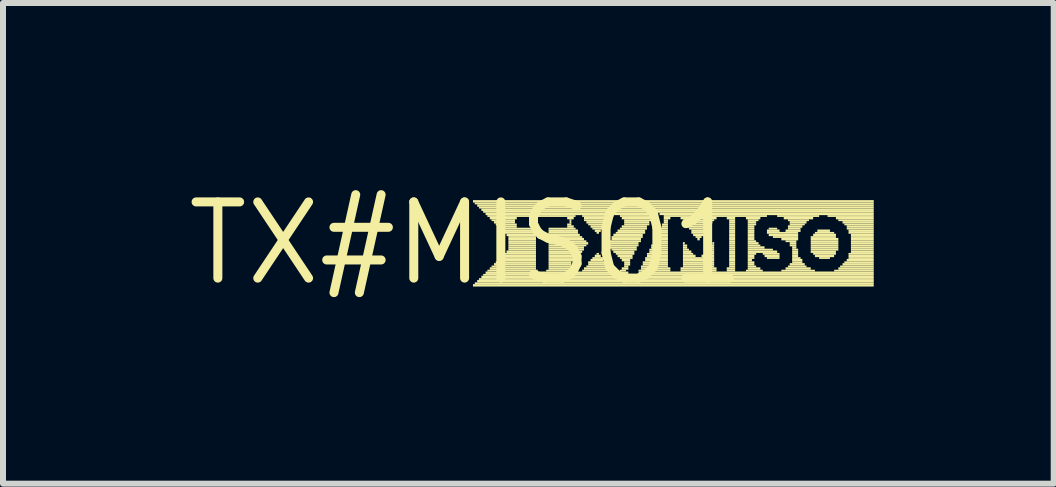
<source format=kicad_pcb>
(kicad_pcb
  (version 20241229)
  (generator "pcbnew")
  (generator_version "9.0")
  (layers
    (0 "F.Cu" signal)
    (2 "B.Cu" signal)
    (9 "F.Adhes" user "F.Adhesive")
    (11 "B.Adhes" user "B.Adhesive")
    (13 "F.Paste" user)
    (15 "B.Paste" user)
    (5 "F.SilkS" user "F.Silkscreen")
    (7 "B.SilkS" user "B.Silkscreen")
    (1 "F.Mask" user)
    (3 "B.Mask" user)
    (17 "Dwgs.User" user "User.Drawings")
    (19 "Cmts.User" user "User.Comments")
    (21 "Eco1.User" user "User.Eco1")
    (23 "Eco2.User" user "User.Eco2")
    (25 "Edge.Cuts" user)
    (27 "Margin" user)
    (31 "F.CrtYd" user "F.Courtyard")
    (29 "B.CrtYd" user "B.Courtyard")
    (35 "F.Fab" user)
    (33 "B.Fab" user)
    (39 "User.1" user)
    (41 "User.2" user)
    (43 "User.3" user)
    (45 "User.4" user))
  (footprint "TX#MISO1"
    (layer "F.Cu")
    (at 4.724 1.006)
    (property "Reference" "TX#MISO1" (at 0 0 0) (layer "F.SilkS") (effects (font (size 1.27 1.27) (thickness 0.15))))
    (fp_poly (pts (xy 0.11 -0.68) (xy 6.79 -0.68) (xy 6.79 -0.72) (xy 0.11 -0.72)) (stroke (width 0) (type solid)) (fill yes) (layer "F.SilkS"))
    (fp_poly (pts (xy 0.11 0.72) (xy 6.79 0.72) (xy 6.79 0.68) (xy 0.11 0.68)) (stroke (width 0) (type solid)) (fill yes) (layer "F.SilkS"))
    (fp_poly (pts (xy 0.14 -0.65) (xy 6.79 -0.65) (xy 6.79 -0.68) (xy 0.14 -0.68)) (stroke (width 0) (type solid)) (fill yes) (layer "F.SilkS"))
    (fp_poly (pts (xy 0.14 0.68) (xy 6.79 0.68) (xy 6.79 0.65) (xy 0.14 0.65)) (stroke (width 0) (type solid)) (fill yes) (layer "F.SilkS"))
    (fp_poly (pts (xy 0.18 -0.61) (xy 6.79 -0.61) (xy 6.79 -0.65) (xy 0.18 -0.65)) (stroke (width 0) (type solid)) (fill yes) (layer "F.SilkS"))
    (fp_poly (pts (xy 0.18 0.65) (xy 6.79 0.65) (xy 6.79 0.61) (xy 0.18 0.61)) (stroke (width 0) (type solid)) (fill yes) (layer "F.SilkS"))
    (fp_poly (pts (xy 0.21 -0.58) (xy 6.79 -0.58) (xy 6.79 -0.61) (xy 0.21 -0.61)) (stroke (width 0) (type solid)) (fill yes) (layer "F.SilkS"))
    (fp_poly (pts (xy 0.21 0.61) (xy 6.79 0.61) (xy 6.79 0.58) (xy 0.21 0.58)) (stroke (width 0) (type solid)) (fill yes) (layer "F.SilkS"))
    (fp_poly (pts (xy 0.25 -0.54) (xy 6.79 -0.54) (xy 6.79 -0.58) (xy 0.25 -0.58)) (stroke (width 0) (type solid)) (fill yes) (layer "F.SilkS"))
    (fp_poly (pts (xy 0.25 0.58) (xy 6.79 0.58) (xy 6.79 0.54) (xy 0.25 0.54)) (stroke (width 0) (type solid)) (fill yes) (layer "F.SilkS"))
    (fp_poly (pts (xy 0.28 -0.51) (xy 6.79 -0.51) (xy 6.79 -0.54) (xy 0.28 -0.54)) (stroke (width 0) (type solid)) (fill yes) (layer "F.SilkS"))
    (fp_poly (pts (xy 0.28 0.54) (xy 2.77 0.54) (xy 2.77 0.51) (xy 0.28 0.51)) (stroke (width 0) (type solid)) (fill yes) (layer "F.SilkS"))
    (fp_poly (pts (xy 0.32 -0.47) (xy 3.12 -0.47) (xy 3.12 -0.51) (xy 0.32 -0.51)) (stroke (width 0) (type solid)) (fill yes) (layer "F.SilkS"))
    (fp_poly (pts (xy 0.32 0.51) (xy 2.7 0.51) (xy 2.7 0.47) (xy 0.32 0.47)) (stroke (width 0) (type solid)) (fill yes) (layer "F.SilkS"))
    (fp_poly (pts (xy 0.35 -0.44) (xy 1.82 -0.44) (xy 1.82 -0.47) (xy 0.35 -0.47)) (stroke (width 0) (type solid)) (fill yes) (layer "F.SilkS"))
    (fp_poly (pts (xy 0.35 0.47) (xy 1.19 0.47) (xy 1.19 0.44) (xy 0.35 0.44)) (stroke (width 0) (type solid)) (fill yes) (layer "F.SilkS"))
    (fp_poly (pts (xy 0.39 -0.4) (xy 0.84 -0.4) (xy 0.84 -0.44) (xy 0.39 -0.44)) (stroke (width 0) (type solid)) (fill yes) (layer "F.SilkS"))
    (fp_poly (pts (xy 0.39 0.44) (xy 1.16 0.44) (xy 1.16 0.4) (xy 0.39 0.4)) (stroke (width 0) (type solid)) (fill yes) (layer "F.SilkS"))
    (fp_poly (pts (xy 0.42 -0.37) (xy 0.81 -0.37) (xy 0.81 -0.4) (xy 0.42 -0.4)) (stroke (width 0) (type solid)) (fill yes) (layer "F.SilkS"))
    (fp_poly (pts (xy 0.42 0.4) (xy 1.16 0.4) (xy 1.16 0.37) (xy 0.42 0.37)) (stroke (width 0) (type solid)) (fill yes) (layer "F.SilkS"))
    (fp_poly (pts (xy 0.46 -0.33) (xy 0.81 -0.33) (xy 0.81 -0.37) (xy 0.46 -0.37)) (stroke (width 0) (type solid)) (fill yes) (layer "F.SilkS"))
    (fp_poly (pts (xy 0.46 0.37) (xy 1.16 0.37) (xy 1.16 0.33) (xy 0.46 0.33)) (stroke (width 0) (type solid)) (fill yes) (layer "F.SilkS"))
    (fp_poly (pts (xy 0.49 -0.3) (xy 0.84 -0.3) (xy 0.84 -0.33) (xy 0.49 -0.33)) (stroke (width 0) (type solid)) (fill yes) (layer "F.SilkS"))
    (fp_poly (pts (xy 0.49 0.33) (xy 1.16 0.33) (xy 1.16 0.3) (xy 0.49 0.3)) (stroke (width 0) (type solid)) (fill yes) (layer "F.SilkS"))
    (fp_poly (pts (xy 0.53 -0.26) (xy 0.84 -0.26) (xy 0.84 -0.3) (xy 0.53 -0.3)) (stroke (width 0) (type solid)) (fill yes) (layer "F.SilkS"))
    (fp_poly (pts (xy 0.53 0.3) (xy 1.16 0.3) (xy 1.16 0.26) (xy 0.53 0.26)) (stroke (width 0) (type solid)) (fill yes) (layer "F.SilkS"))
    (fp_poly (pts (xy 0.56 -0.23) (xy 1.16 -0.23) (xy 1.16 -0.26) (xy 0.56 -0.26)) (stroke (width 0) (type solid)) (fill yes) (layer "F.SilkS"))
    (fp_poly (pts (xy 0.56 0.26) (xy 1.16 0.26) (xy 1.16 0.23) (xy 0.56 0.23)) (stroke (width 0) (type solid)) (fill yes) (layer "F.SilkS"))
    (fp_poly (pts (xy 0.6 -0.19) (xy 1.16 -0.19) (xy 1.16 -0.23) (xy 0.6 -0.23)) (stroke (width 0) (type solid)) (fill yes) (layer "F.SilkS"))
    (fp_poly (pts (xy 0.6 0.23) (xy 1.16 0.23) (xy 1.16 0.19) (xy 0.6 0.19)) (stroke (width 0) (type solid)) (fill yes) (layer "F.SilkS"))
    (fp_poly (pts (xy 0.63 -0.16) (xy 1.16 -0.16) (xy 1.16 -0.19) (xy 0.63 -0.19)) (stroke (width 0) (type solid)) (fill yes) (layer "F.SilkS"))
    (fp_poly (pts (xy 0.63 0.19) (xy 1.16 0.19) (xy 1.16 0.16) (xy 0.63 0.16)) (stroke (width 0) (type solid)) (fill yes) (layer "F.SilkS"))
    (fp_poly (pts (xy 0.67 -0.12) (xy 1.16 -0.12) (xy 1.16 -0.16) (xy 0.67 -0.16)) (stroke (width 0) (type solid)) (fill yes) (layer "F.SilkS"))
    (fp_poly (pts (xy 0.67 0.16) (xy 1.16 0.16) (xy 1.16 0.12) (xy 0.67 0.12)) (stroke (width 0) (type solid)) (fill yes) (layer "F.SilkS"))
    (fp_poly (pts (xy 0.7 -0.09) (xy 1.16 -0.09) (xy 1.16 -0.12) (xy 0.7 -0.12)) (stroke (width 0) (type solid)) (fill yes) (layer "F.SilkS"))
    (fp_poly (pts (xy 0.7 -0.05) (xy 1.16 -0.05) (xy 1.16 -0.09) (xy 0.7 -0.09)) (stroke (width 0) (type solid)) (fill yes) (layer "F.SilkS"))
    (fp_poly (pts (xy 0.7 -0.02) (xy 1.16 -0.02) (xy 1.16 -0.05) (xy 0.7 -0.05)) (stroke (width 0) (type solid)) (fill yes) (layer "F.SilkS"))
    (fp_poly (pts (xy 0.7 0.02) (xy 1.16 0.02) (xy 1.16 -0.02) (xy 0.7 -0.02)) (stroke (width 0) (type solid)) (fill yes) (layer "F.SilkS"))
    (fp_poly (pts (xy 0.7 0.05) (xy 1.16 0.05) (xy 1.16 0.02) (xy 0.7 0.02)) (stroke (width 0) (type solid)) (fill yes) (layer "F.SilkS"))
    (fp_poly (pts (xy 0.7 0.09) (xy 1.16 0.09) (xy 1.16 0.05) (xy 0.7 0.05)) (stroke (width 0) (type solid)) (fill yes) (layer "F.SilkS"))
    (fp_poly (pts (xy 0.7 0.12) (xy 1.16 0.12) (xy 1.16 0.09) (xy 0.7 0.09)) (stroke (width 0) (type solid)) (fill yes) (layer "F.SilkS"))
    (fp_poly (pts (xy 1.33 0.47) (xy 1.82 0.47) (xy 1.82 0.44) (xy 1.33 0.44)) (stroke (width 0) (type solid)) (fill yes) (layer "F.SilkS"))
    (fp_poly (pts (xy 1.37 -0.23) (xy 1.82 -0.23) (xy 1.82 -0.26) (xy 1.37 -0.26)) (stroke (width 0) (type solid)) (fill yes) (layer "F.SilkS"))
    (fp_poly (pts (xy 1.37 -0.19) (xy 1.86 -0.19) (xy 1.86 -0.23) (xy 1.37 -0.23)) (stroke (width 0) (type solid)) (fill yes) (layer "F.SilkS"))
    (fp_poly (pts (xy 1.37 -0.16) (xy 1.86 -0.16) (xy 1.86 -0.19) (xy 1.37 -0.19)) (stroke (width 0) (type solid)) (fill yes) (layer "F.SilkS"))
    (fp_poly (pts (xy 1.37 -0.12) (xy 1.89 -0.12) (xy 1.89 -0.16) (xy 1.37 -0.16)) (stroke (width 0) (type solid)) (fill yes) (layer "F.SilkS"))
    (fp_poly (pts (xy 1.37 -0.09) (xy 1.93 -0.09) (xy 1.93 -0.12) (xy 1.37 -0.12)) (stroke (width 0) (type solid)) (fill yes) (layer "F.SilkS"))
    (fp_poly (pts (xy 1.37 -0.05) (xy 1.96 -0.05) (xy 1.96 -0.09) (xy 1.37 -0.09)) (stroke (width 0) (type solid)) (fill yes) (layer "F.SilkS"))
    (fp_poly (pts (xy 1.37 -0.02) (xy 2 -0.02) (xy 2 -0.05) (xy 1.37 -0.05)) (stroke (width 0) (type solid)) (fill yes) (layer "F.SilkS"))
    (fp_poly (pts (xy 1.37 0.02) (xy 2.03 0.02) (xy 2.03 -0.02) (xy 1.37 -0.02)) (stroke (width 0) (type solid)) (fill yes) (layer "F.SilkS"))
    (fp_poly (pts (xy 1.37 0.05) (xy 2 0.05) (xy 2 0.02) (xy 1.37 0.02)) (stroke (width 0) (type solid)) (fill yes) (layer "F.SilkS"))
    (fp_poly (pts (xy 1.37 0.09) (xy 1.96 0.09) (xy 1.96 0.05) (xy 1.37 0.05)) (stroke (width 0) (type solid)) (fill yes) (layer "F.SilkS"))
    (fp_poly (pts (xy 1.37 0.12) (xy 1.96 0.12) (xy 1.96 0.09) (xy 1.37 0.09)) (stroke (width 0) (type solid)) (fill yes) (layer "F.SilkS"))
    (fp_poly (pts (xy 1.37 0.16) (xy 1.93 0.16) (xy 1.93 0.12) (xy 1.37 0.12)) (stroke (width 0) (type solid)) (fill yes) (layer "F.SilkS"))
    (fp_poly (pts (xy 1.37 0.19) (xy 1.89 0.19) (xy 1.89 0.16) (xy 1.37 0.16)) (stroke (width 0) (type solid)) (fill yes) (layer "F.SilkS"))
    (fp_poly (pts (xy 1.37 0.23) (xy 1.86 0.23) (xy 1.86 0.19) (xy 1.37 0.19)) (stroke (width 0) (type solid)) (fill yes) (layer "F.SilkS"))
    (fp_poly (pts (xy 1.37 0.26) (xy 1.82 0.26) (xy 1.82 0.23) (xy 1.37 0.23)) (stroke (width 0) (type solid)) (fill yes) (layer "F.SilkS"))
    (fp_poly (pts (xy 1.37 0.3) (xy 1.79 0.3) (xy 1.79 0.26) (xy 1.37 0.26)) (stroke (width 0) (type solid)) (fill yes) (layer "F.SilkS"))
    (fp_poly (pts (xy 1.37 0.33) (xy 1.75 0.33) (xy 1.75 0.3) (xy 1.37 0.3)) (stroke (width 0) (type solid)) (fill yes) (layer "F.SilkS"))
    (fp_poly (pts (xy 1.37 0.37) (xy 1.75 0.37) (xy 1.75 0.33) (xy 1.37 0.33)) (stroke (width 0) (type solid)) (fill yes) (layer "F.SilkS"))
    (fp_poly (pts (xy 1.37 0.4) (xy 1.75 0.4) (xy 1.75 0.37) (xy 1.37 0.37)) (stroke (width 0) (type solid)) (fill yes) (layer "F.SilkS"))
    (fp_poly (pts (xy 1.37 0.44) (xy 1.75 0.44) (xy 1.75 0.4) (xy 1.37 0.4)) (stroke (width 0) (type solid)) (fill yes) (layer "F.SilkS"))
    (fp_poly (pts (xy 1.68 -0.4) (xy 1.79 -0.4) (xy 1.79 -0.44) (xy 1.68 -0.44)) (stroke (width 0) (type solid)) (fill yes) (layer "F.SilkS"))
    (fp_poly (pts (xy 1.68 -0.3) (xy 1.75 -0.3) (xy 1.75 -0.33) (xy 1.68 -0.33)) (stroke (width 0) (type solid)) (fill yes) (layer "F.SilkS"))
    (fp_poly (pts (xy 1.68 -0.26) (xy 1.79 -0.26) (xy 1.79 -0.3) (xy 1.68 -0.3)) (stroke (width 0) (type solid)) (fill yes) (layer "F.SilkS"))
    (fp_poly (pts (xy 1.72 -0.37) (xy 1.75 -0.37) (xy 1.75 -0.4) (xy 1.72 -0.4)) (stroke (width 0) (type solid)) (fill yes) (layer "F.SilkS"))
    (fp_poly (pts (xy 1.72 -0.33) (xy 1.75 -0.33) (xy 1.75 -0.37) (xy 1.72 -0.37)) (stroke (width 0) (type solid)) (fill yes) (layer "F.SilkS"))
    (fp_poly (pts (xy 1.93 -0.44) (xy 2.45 -0.44) (xy 2.45 -0.47) (xy 1.93 -0.47)) (stroke (width 0) (type solid)) (fill yes) (layer "F.SilkS"))
    (fp_poly (pts (xy 1.93 0.47) (xy 2.45 0.47) (xy 2.45 0.44) (xy 1.93 0.44)) (stroke (width 0) (type solid)) (fill yes) (layer "F.SilkS"))
    (fp_poly (pts (xy 1.96 -0.4) (xy 2.42 -0.4) (xy 2.42 -0.44) (xy 1.96 -0.44)) (stroke (width 0) (type solid)) (fill yes) (layer "F.SilkS"))
    (fp_poly (pts (xy 1.96 -0.37) (xy 2.38 -0.37) (xy 2.38 -0.4) (xy 1.96 -0.4)) (stroke (width 0) (type solid)) (fill yes) (layer "F.SilkS"))
    (fp_poly (pts (xy 1.96 0.44) (xy 2.42 0.44) (xy 2.42 0.4) (xy 1.96 0.4)) (stroke (width 0) (type solid)) (fill yes) (layer "F.SilkS"))
    (fp_poly (pts (xy 2 -0.33) (xy 2.35 -0.33) (xy 2.35 -0.37) (xy 2 -0.37)) (stroke (width 0) (type solid)) (fill yes) (layer "F.SilkS"))
    (fp_poly (pts (xy 2 0.4) (xy 2.38 0.4) (xy 2.38 0.37) (xy 2 0.37)) (stroke (width 0) (type solid)) (fill yes) (layer "F.SilkS"))
    (fp_poly (pts (xy 2.03 -0.3) (xy 2.35 -0.3) (xy 2.35 -0.33) (xy 2.03 -0.33)) (stroke (width 0) (type solid)) (fill yes) (layer "F.SilkS"))
    (fp_poly (pts (xy 2.03 0.33) (xy 2.31 0.33) (xy 2.31 0.3) (xy 2.03 0.3)) (stroke (width 0) (type solid)) (fill yes) (layer "F.SilkS"))
    (fp_poly (pts (xy 2.03 0.37) (xy 2.35 0.37) (xy 2.35 0.33) (xy 2.03 0.33)) (stroke (width 0) (type solid)) (fill yes) (layer "F.SilkS"))
    (fp_poly (pts (xy 2.07 -0.26) (xy 2.31 -0.26) (xy 2.31 -0.3) (xy 2.07 -0.3)) (stroke (width 0) (type solid)) (fill yes) (layer "F.SilkS"))
    (fp_poly (pts (xy 2.07 0.3) (xy 2.28 0.3) (xy 2.28 0.26) (xy 2.07 0.26)) (stroke (width 0) (type solid)) (fill yes) (layer "F.SilkS"))
    (fp_poly (pts (xy 2.1 -0.23) (xy 2.28 -0.23) (xy 2.28 -0.26) (xy 2.1 -0.26)) (stroke (width 0) (type solid)) (fill yes) (layer "F.SilkS"))
    (fp_poly (pts (xy 2.1 0.26) (xy 2.28 0.26) (xy 2.28 0.23) (xy 2.1 0.23)) (stroke (width 0) (type solid)) (fill yes) (layer "F.SilkS"))
    (fp_poly (pts (xy 2.14 -0.19) (xy 2.24 -0.19) (xy 2.24 -0.23) (xy 2.14 -0.23)) (stroke (width 0) (type solid)) (fill yes) (layer "F.SilkS"))
    (fp_poly (pts (xy 2.14 0.23) (xy 2.24 0.23) (xy 2.24 0.19) (xy 2.14 0.19)) (stroke (width 0) (type solid)) (fill yes) (layer "F.SilkS"))
    (fp_poly (pts (xy 2.17 -0.16) (xy 2.21 -0.16) (xy 2.21 -0.19) (xy 2.17 -0.19)) (stroke (width 0) (type solid)) (fill yes) (layer "F.SilkS"))
    (fp_poly (pts (xy 2.17 0.19) (xy 2.21 0.19) (xy 2.21 0.16) (xy 2.17 0.16)) (stroke (width 0) (type solid)) (fill yes) (layer "F.SilkS"))
    (fp_poly (pts (xy 2.35 0.02) (xy 2.87 0.02) (xy 2.87 -0.02) (xy 2.35 -0.02)) (stroke (width 0) (type solid)) (fill yes) (layer "F.SilkS"))
    (fp_poly (pts (xy 2.35 0.05) (xy 2.87 0.05) (xy 2.87 0.02) (xy 2.35 0.02)) (stroke (width 0) (type solid)) (fill yes) (layer "F.SilkS"))
    (fp_poly (pts (xy 2.38 -0.02) (xy 2.91 -0.02) (xy 2.91 -0.05) (xy 2.38 -0.05)) (stroke (width 0) (type solid)) (fill yes) (layer "F.SilkS"))
    (fp_poly (pts (xy 2.38 0.09) (xy 2.84 0.09) (xy 2.84 0.05) (xy 2.38 0.05)) (stroke (width 0) (type solid)) (fill yes) (layer "F.SilkS"))
    (fp_poly (pts (xy 2.42 -0.09) (xy 2.94 -0.09) (xy 2.94 -0.12) (xy 2.42 -0.12)) (stroke (width 0) (type solid)) (fill yes) (layer "F.SilkS"))
    (fp_poly (pts (xy 2.42 -0.05) (xy 2.91 -0.05) (xy 2.91 -0.09) (xy 2.42 -0.09)) (stroke (width 0) (type solid)) (fill yes) (layer "F.SilkS"))
    (fp_poly (pts (xy 2.42 0.12) (xy 2.84 0.12) (xy 2.84 0.09) (xy 2.42 0.09)) (stroke (width 0) (type solid)) (fill yes) (layer "F.SilkS"))
    (fp_poly (pts (xy 2.45 -0.12) (xy 2.94 -0.12) (xy 2.94 -0.16) (xy 2.45 -0.16)) (stroke (width 0) (type solid)) (fill yes) (layer "F.SilkS"))
    (fp_poly (pts (xy 2.45 0.16) (xy 2.8 0.16) (xy 2.8 0.12) (xy 2.45 0.12)) (stroke (width 0) (type solid)) (fill yes) (layer "F.SilkS"))
    (fp_poly (pts (xy 2.49 -0.16) (xy 2.98 -0.16) (xy 2.98 -0.19) (xy 2.49 -0.19)) (stroke (width 0) (type solid)) (fill yes) (layer "F.SilkS"))
    (fp_poly (pts (xy 2.49 0.19) (xy 2.8 0.19) (xy 2.8 0.16) (xy 2.49 0.16)) (stroke (width 0) (type solid)) (fill yes) (layer "F.SilkS"))
    (fp_poly (pts (xy 2.52 -0.19) (xy 2.98 -0.19) (xy 2.98 -0.23) (xy 2.52 -0.23)) (stroke (width 0) (type solid)) (fill yes) (layer "F.SilkS"))
    (fp_poly (pts (xy 2.52 0.23) (xy 2.77 0.23) (xy 2.77 0.19) (xy 2.52 0.19)) (stroke (width 0) (type solid)) (fill yes) (layer "F.SilkS"))
    (fp_poly (pts (xy 2.56 -0.44) (xy 3.12 -0.44) (xy 3.12 -0.47) (xy 2.56 -0.47)) (stroke (width 0) (type solid)) (fill yes) (layer "F.SilkS"))
    (fp_poly (pts (xy 2.56 -0.23) (xy 3.01 -0.23) (xy 3.01 -0.26) (xy 2.56 -0.26)) (stroke (width 0) (type solid)) (fill yes) (layer "F.SilkS"))
    (fp_poly (pts (xy 2.56 0.26) (xy 2.77 0.26) (xy 2.77 0.23) (xy 2.56 0.23)) (stroke (width 0) (type solid)) (fill yes) (layer "F.SilkS"))
    (fp_poly (pts (xy 2.56 0.47) (xy 2.66 0.47) (xy 2.66 0.44) (xy 2.56 0.44)) (stroke (width 0) (type solid)) (fill yes) (layer "F.SilkS"))
    (fp_poly (pts (xy 2.59 -0.4) (xy 3.08 -0.4) (xy 3.08 -0.44) (xy 2.59 -0.44)) (stroke (width 0) (type solid)) (fill yes) (layer "F.SilkS"))
    (fp_poly (pts (xy 2.59 -0.26) (xy 3.01 -0.26) (xy 3.01 -0.3) (xy 2.59 -0.3)) (stroke (width 0) (type solid)) (fill yes) (layer "F.SilkS"))
    (fp_poly (pts (xy 2.59 0.3) (xy 2.73 0.3) (xy 2.73 0.26) (xy 2.59 0.26)) (stroke (width 0) (type solid)) (fill yes) (layer "F.SilkS"))
    (fp_poly (pts (xy 2.59 0.44) (xy 2.7 0.44) (xy 2.7 0.4) (xy 2.59 0.4)) (stroke (width 0) (type solid)) (fill yes) (layer "F.SilkS"))
    (fp_poly (pts (xy 2.63 -0.37) (xy 3.08 -0.37) (xy 3.08 -0.4) (xy 2.63 -0.4)) (stroke (width 0) (type solid)) (fill yes) (layer "F.SilkS"))
    (fp_poly (pts (xy 2.63 -0.33) (xy 3.05 -0.33) (xy 3.05 -0.37) (xy 2.63 -0.37)) (stroke (width 0) (type solid)) (fill yes) (layer "F.SilkS"))
    (fp_poly (pts (xy 2.63 -0.3) (xy 3.05 -0.3) (xy 3.05 -0.33) (xy 2.63 -0.33)) (stroke (width 0) (type solid)) (fill yes) (layer "F.SilkS"))
    (fp_poly (pts (xy 2.63 0.33) (xy 2.73 0.33) (xy 2.73 0.3) (xy 2.63 0.3)) (stroke (width 0) (type solid)) (fill yes) (layer "F.SilkS"))
    (fp_poly (pts (xy 2.63 0.37) (xy 2.73 0.37) (xy 2.73 0.33) (xy 2.63 0.33)) (stroke (width 0) (type solid)) (fill yes) (layer "F.SilkS"))
    (fp_poly (pts (xy 2.63 0.4) (xy 2.7 0.4) (xy 2.7 0.37) (xy 2.63 0.37)) (stroke (width 0) (type solid)) (fill yes) (layer "F.SilkS"))
    (fp_poly (pts (xy 2.84 0.54) (xy 6.79 0.54) (xy 6.79 0.51) (xy 2.84 0.51)) (stroke (width 0) (type solid)) (fill yes) (layer "F.SilkS"))
    (fp_poly (pts (xy 2.87 0.47) (xy 3.4 0.47) (xy 3.4 0.44) (xy 2.87 0.44)) (stroke (width 0) (type solid)) (fill yes) (layer "F.SilkS"))
    (fp_poly (pts (xy 2.87 0.51) (xy 6.79 0.51) (xy 6.79 0.47) (xy 2.87 0.47)) (stroke (width 0) (type solid)) (fill yes) (layer "F.SilkS"))
    (fp_poly (pts (xy 2.91 0.4) (xy 3.36 0.4) (xy 3.36 0.37) (xy 2.91 0.37)) (stroke (width 0) (type solid)) (fill yes) (layer "F.SilkS"))
    (fp_poly (pts (xy 2.91 0.44) (xy 3.4 0.44) (xy 3.4 0.4) (xy 2.91 0.4)) (stroke (width 0) (type solid)) (fill yes) (layer "F.SilkS"))
    (fp_poly (pts (xy 2.94 0.33) (xy 3.36 0.33) (xy 3.36 0.3) (xy 2.94 0.3)) (stroke (width 0) (type solid)) (fill yes) (layer "F.SilkS"))
    (fp_poly (pts (xy 2.94 0.37) (xy 3.36 0.37) (xy 3.36 0.33) (xy 2.94 0.33)) (stroke (width 0) (type solid)) (fill yes) (layer "F.SilkS"))
    (fp_poly (pts (xy 2.98 0.26) (xy 3.36 0.26) (xy 3.36 0.23) (xy 2.98 0.23)) (stroke (width 0) (type solid)) (fill yes) (layer "F.SilkS"))
    (fp_poly (pts (xy 2.98 0.3) (xy 3.36 0.3) (xy 3.36 0.26) (xy 2.98 0.26)) (stroke (width 0) (type solid)) (fill yes) (layer "F.SilkS"))
    (fp_poly (pts (xy 3.01 0.19) (xy 3.36 0.19) (xy 3.36 0.16) (xy 3.01 0.16)) (stroke (width 0) (type solid)) (fill yes) (layer "F.SilkS"))
    (fp_poly (pts (xy 3.01 0.23) (xy 3.36 0.23) (xy 3.36 0.19) (xy 3.01 0.19)) (stroke (width 0) (type solid)) (fill yes) (layer "F.SilkS"))
    (fp_poly (pts (xy 3.05 0.12) (xy 3.36 0.12) (xy 3.36 0.09) (xy 3.05 0.09)) (stroke (width 0) (type solid)) (fill yes) (layer "F.SilkS"))
    (fp_poly (pts (xy 3.05 0.16) (xy 3.36 0.16) (xy 3.36 0.12) (xy 3.05 0.12)) (stroke (width 0) (type solid)) (fill yes) (layer "F.SilkS"))
    (fp_poly (pts (xy 3.08 0.05) (xy 3.36 0.05) (xy 3.36 0.02) (xy 3.08 0.02)) (stroke (width 0) (type solid)) (fill yes) (layer "F.SilkS"))
    (fp_poly (pts (xy 3.08 0.09) (xy 3.36 0.09) (xy 3.36 0.05) (xy 3.08 0.05)) (stroke (width 0) (type solid)) (fill yes) (layer "F.SilkS"))
    (fp_poly (pts (xy 3.12 -0.02) (xy 3.36 -0.02) (xy 3.36 -0.05) (xy 3.12 -0.05)) (stroke (width 0) (type solid)) (fill yes) (layer "F.SilkS"))
    (fp_poly (pts (xy 3.12 0.02) (xy 3.36 0.02) (xy 3.36 -0.02) (xy 3.12 -0.02)) (stroke (width 0) (type solid)) (fill yes) (layer "F.SilkS"))
    (fp_poly (pts (xy 3.15 -0.09) (xy 3.36 -0.09) (xy 3.36 -0.12) (xy 3.15 -0.12)) (stroke (width 0) (type solid)) (fill yes) (layer "F.SilkS"))
    (fp_poly (pts (xy 3.15 -0.05) (xy 3.36 -0.05) (xy 3.36 -0.09) (xy 3.15 -0.09)) (stroke (width 0) (type solid)) (fill yes) (layer "F.SilkS"))
    (fp_poly (pts (xy 3.19 -0.16) (xy 3.36 -0.16) (xy 3.36 -0.19) (xy 3.19 -0.19)) (stroke (width 0) (type solid)) (fill yes) (layer "F.SilkS"))
    (fp_poly (pts (xy 3.19 -0.12) (xy 3.36 -0.12) (xy 3.36 -0.16) (xy 3.19 -0.16)) (stroke (width 0) (type solid)) (fill yes) (layer "F.SilkS"))
    (fp_poly (pts (xy 3.22 -0.47) (xy 6.79 -0.47) (xy 6.79 -0.51) (xy 3.22 -0.51)) (stroke (width 0) (type solid)) (fill yes) (layer "F.SilkS"))
    (fp_poly (pts (xy 3.22 -0.23) (xy 3.36 -0.23) (xy 3.36 -0.26) (xy 3.22 -0.26)) (stroke (width 0) (type solid)) (fill yes) (layer "F.SilkS"))
    (fp_poly (pts (xy 3.22 -0.19) (xy 3.36 -0.19) (xy 3.36 -0.23) (xy 3.22 -0.23)) (stroke (width 0) (type solid)) (fill yes) (layer "F.SilkS"))
    (fp_poly (pts (xy 3.26 -0.3) (xy 3.36 -0.3) (xy 3.36 -0.33) (xy 3.26 -0.33)) (stroke (width 0) (type solid)) (fill yes) (layer "F.SilkS"))
    (fp_poly (pts (xy 3.26 -0.26) (xy 3.36 -0.26) (xy 3.36 -0.3) (xy 3.26 -0.3)) (stroke (width 0) (type solid)) (fill yes) (layer "F.SilkS"))
    (fp_poly (pts (xy 3.29 -0.44) (xy 5.01 -0.44) (xy 5.01 -0.47) (xy 3.29 -0.47)) (stroke (width 0) (type solid)) (fill yes) (layer "F.SilkS"))
    (fp_poly (pts (xy 3.29 -0.4) (xy 3.4 -0.4) (xy 3.4 -0.44) (xy 3.29 -0.44)) (stroke (width 0) (type solid)) (fill yes) (layer "F.SilkS"))
    (fp_poly (pts (xy 3.29 -0.37) (xy 3.36 -0.37) (xy 3.36 -0.4) (xy 3.29 -0.4)) (stroke (width 0) (type solid)) (fill yes) (layer "F.SilkS"))
    (fp_poly (pts (xy 3.29 -0.33) (xy 3.36 -0.33) (xy 3.36 -0.37) (xy 3.29 -0.37)) (stroke (width 0) (type solid)) (fill yes) (layer "F.SilkS"))
    (fp_poly (pts (xy 3.57 -0.4) (xy 4.17 -0.4) (xy 4.17 -0.44) (xy 3.57 -0.44)) (stroke (width 0) (type solid)) (fill yes) (layer "F.SilkS"))
    (fp_poly (pts (xy 3.57 0.44) (xy 4.17 0.44) (xy 4.17 0.4) (xy 3.57 0.4)) (stroke (width 0) (type solid)) (fill yes) (layer "F.SilkS"))
    (fp_poly (pts (xy 3.57 0.47) (xy 4.17 0.47) (xy 4.17 0.44) (xy 3.57 0.44)) (stroke (width 0) (type solid)) (fill yes) (layer "F.SilkS"))
    (fp_poly (pts (xy 3.61 -0.37) (xy 4.13 -0.37) (xy 4.13 -0.4) (xy 3.61 -0.4)) (stroke (width 0) (type solid)) (fill yes) (layer "F.SilkS"))
    (fp_poly (pts (xy 3.61 0.02) (xy 3.64 0.02) (xy 3.64 -0.02) (xy 3.61 -0.02)) (stroke (width 0) (type solid)) (fill yes) (layer "F.SilkS"))
    (fp_poly (pts (xy 3.61 0.05) (xy 3.68 0.05) (xy 3.68 0.02) (xy 3.61 0.02)) (stroke (width 0) (type solid)) (fill yes) (layer "F.SilkS"))
    (fp_poly (pts (xy 3.61 0.09) (xy 3.68 0.09) (xy 3.68 0.05) (xy 3.61 0.05)) (stroke (width 0) (type solid)) (fill yes) (layer "F.SilkS"))
    (fp_poly (pts (xy 3.61 0.12) (xy 3.71 0.12) (xy 3.71 0.09) (xy 3.61 0.09)) (stroke (width 0) (type solid)) (fill yes) (layer "F.SilkS"))
    (fp_poly (pts (xy 3.61 0.16) (xy 3.75 0.16) (xy 3.75 0.12) (xy 3.61 0.12)) (stroke (width 0) (type solid)) (fill yes) (layer "F.SilkS"))
    (fp_poly (pts (xy 3.61 0.19) (xy 3.78 0.19) (xy 3.78 0.16) (xy 3.61 0.16)) (stroke (width 0) (type solid)) (fill yes) (layer "F.SilkS"))
    (fp_poly (pts (xy 3.61 0.23) (xy 3.82 0.23) (xy 3.82 0.19) (xy 3.61 0.19)) (stroke (width 0) (type solid)) (fill yes) (layer "F.SilkS"))
    (fp_poly (pts (xy 3.61 0.26) (xy 4.13 0.26) (xy 4.13 0.23) (xy 3.61 0.23)) (stroke (width 0) (type solid)) (fill yes) (layer "F.SilkS"))
    (fp_poly (pts (xy 3.61 0.3) (xy 4.13 0.3) (xy 4.13 0.26) (xy 3.61 0.26)) (stroke (width 0) (type solid)) (fill yes) (layer "F.SilkS"))
    (fp_poly (pts (xy 3.61 0.33) (xy 4.13 0.33) (xy 4.13 0.3) (xy 3.61 0.3)) (stroke (width 0) (type solid)) (fill yes) (layer "F.SilkS"))
    (fp_poly (pts (xy 3.61 0.37) (xy 4.13 0.37) (xy 4.13 0.33) (xy 3.61 0.33)) (stroke (width 0) (type solid)) (fill yes) (layer "F.SilkS"))
    (fp_poly (pts (xy 3.61 0.4) (xy 4.13 0.4) (xy 4.13 0.37) (xy 3.61 0.37)) (stroke (width 0) (type solid)) (fill yes) (layer "F.SilkS"))
    (fp_poly (pts (xy 3.64 -0.33) (xy 4.1 -0.33) (xy 4.1 -0.37) (xy 3.64 -0.37)) (stroke (width 0) (type solid)) (fill yes) (layer "F.SilkS"))
    (fp_poly (pts (xy 3.64 -0.3) (xy 4.06 -0.3) (xy 4.06 -0.33) (xy 3.64 -0.33)) (stroke (width 0) (type solid)) (fill yes) (layer "F.SilkS"))
    (fp_poly (pts (xy 3.68 -0.26) (xy 4.06 -0.26) (xy 4.06 -0.3) (xy 3.68 -0.3)) (stroke (width 0) (type solid)) (fill yes) (layer "F.SilkS"))
    (fp_poly (pts (xy 3.71 -0.23) (xy 4.03 -0.23) (xy 4.03 -0.26) (xy 3.71 -0.26)) (stroke (width 0) (type solid)) (fill yes) (layer "F.SilkS"))
    (fp_poly (pts (xy 3.75 -0.19) (xy 3.99 -0.19) (xy 3.99 -0.23) (xy 3.75 -0.23)) (stroke (width 0) (type solid)) (fill yes) (layer "F.SilkS"))
    (fp_poly (pts (xy 3.75 -0.16) (xy 3.96 -0.16) (xy 3.96 -0.19) (xy 3.75 -0.19)) (stroke (width 0) (type solid)) (fill yes) (layer "F.SilkS"))
    (fp_poly (pts (xy 3.78 -0.12) (xy 3.96 -0.12) (xy 3.96 -0.16) (xy 3.78 -0.16)) (stroke (width 0) (type solid)) (fill yes) (layer "F.SilkS"))
    (fp_poly (pts (xy 3.82 -0.09) (xy 3.92 -0.09) (xy 3.92 -0.12) (xy 3.82 -0.12)) (stroke (width 0) (type solid)) (fill yes) (layer "F.SilkS"))
    (fp_poly (pts (xy 3.85 -0.05) (xy 3.89 -0.05) (xy 3.89 -0.09) (xy 3.85 -0.09)) (stroke (width 0) (type solid)) (fill yes) (layer "F.SilkS"))
    (fp_poly (pts (xy 3.92 0.23) (xy 4.13 0.23) (xy 4.13 0.19) (xy 3.92 0.19)) (stroke (width 0) (type solid)) (fill yes) (layer "F.SilkS"))
    (fp_poly (pts (xy 3.96 0.19) (xy 4.13 0.19) (xy 4.13 0.16) (xy 3.96 0.16)) (stroke (width 0) (type solid)) (fill yes) (layer "F.SilkS"))
    (fp_poly (pts (xy 3.99 0.16) (xy 4.13 0.16) (xy 4.13 0.12) (xy 3.99 0.12)) (stroke (width 0) (type solid)) (fill yes) (layer "F.SilkS"))
    (fp_poly (pts (xy 4.03 0.09) (xy 4.13 0.09) (xy 4.13 0.05) (xy 4.03 0.05)) (stroke (width 0) (type solid)) (fill yes) (layer "F.SilkS"))
    (fp_poly (pts (xy 4.03 0.12) (xy 4.13 0.12) (xy 4.13 0.09) (xy 4.03 0.09)) (stroke (width 0) (type solid)) (fill yes) (layer "F.SilkS"))
    (fp_poly (pts (xy 4.06 0.05) (xy 4.13 0.05) (xy 4.13 0.02) (xy 4.06 0.02)) (stroke (width 0) (type solid)) (fill yes) (layer "F.SilkS"))
    (fp_poly (pts (xy 4.1 0.02) (xy 4.13 0.02) (xy 4.13 -0.02) (xy 4.1 -0.02)) (stroke (width 0) (type solid)) (fill yes) (layer "F.SilkS"))
    (fp_poly (pts (xy 4.34 -0.4) (xy 4.48 -0.4) (xy 4.48 -0.44) (xy 4.34 -0.44)) (stroke (width 0) (type solid)) (fill yes) (layer "F.SilkS"))
    (fp_poly (pts (xy 4.34 0.44) (xy 4.48 0.44) (xy 4.48 0.4) (xy 4.34 0.4)) (stroke (width 0) (type solid)) (fill yes) (layer "F.SilkS"))
    (fp_poly (pts (xy 4.34 0.47) (xy 4.48 0.47) (xy 4.48 0.44) (xy 4.34 0.44)) (stroke (width 0) (type solid)) (fill yes) (layer "F.SilkS"))
    (fp_poly (pts (xy 4.38 -0.37) (xy 4.48 -0.37) (xy 4.48 -0.4) (xy 4.38 -0.4)) (stroke (width 0) (type solid)) (fill yes) (layer "F.SilkS"))
    (fp_poly (pts (xy 4.38 -0.33) (xy 4.48 -0.33) (xy 4.48 -0.37) (xy 4.38 -0.37)) (stroke (width 0) (type solid)) (fill yes) (layer "F.SilkS"))
    (fp_poly (pts (xy 4.38 -0.3) (xy 4.48 -0.3) (xy 4.48 -0.33) (xy 4.38 -0.33)) (stroke (width 0) (type solid)) (fill yes) (layer "F.SilkS"))
    (fp_poly (pts (xy 4.38 -0.26) (xy 4.48 -0.26) (xy 4.48 -0.3) (xy 4.38 -0.3)) (stroke (width 0) (type solid)) (fill yes) (layer "F.SilkS"))
    (fp_poly (pts (xy 4.38 -0.23) (xy 4.48 -0.23) (xy 4.48 -0.26) (xy 4.38 -0.26)) (stroke (width 0) (type solid)) (fill yes) (layer "F.SilkS"))
    (fp_poly (pts (xy 4.38 -0.19) (xy 4.48 -0.19) (xy 4.48 -0.23) (xy 4.38 -0.23)) (stroke (width 0) (type solid)) (fill yes) (layer "F.SilkS"))
    (fp_poly (pts (xy 4.38 -0.16) (xy 4.48 -0.16) (xy 4.48 -0.19) (xy 4.38 -0.19)) (stroke (width 0) (type solid)) (fill yes) (layer "F.SilkS"))
    (fp_poly (pts (xy 4.38 -0.12) (xy 4.48 -0.12) (xy 4.48 -0.16) (xy 4.38 -0.16)) (stroke (width 0) (type solid)) (fill yes) (layer "F.SilkS"))
    (fp_poly (pts (xy 4.38 -0.09) (xy 4.48 -0.09) (xy 4.48 -0.12) (xy 4.38 -0.12)) (stroke (width 0) (type solid)) (fill yes) (layer "F.SilkS"))
    (fp_poly (pts (xy 4.38 -0.05) (xy 4.48 -0.05) (xy 4.48 -0.09) (xy 4.38 -0.09)) (stroke (width 0) (type solid)) (fill yes) (layer "F.SilkS"))
    (fp_poly (pts (xy 4.38 -0.02) (xy 4.48 -0.02) (xy 4.48 -0.05) (xy 4.38 -0.05)) (stroke (width 0) (type solid)) (fill yes) (layer "F.SilkS"))
    (fp_poly (pts (xy 4.38 0.02) (xy 4.48 0.02) (xy 4.48 -0.02) (xy 4.38 -0.02)) (stroke (width 0) (type solid)) (fill yes) (layer "F.SilkS"))
    (fp_poly (pts (xy 4.38 0.05) (xy 4.48 0.05) (xy 4.48 0.02) (xy 4.38 0.02)) (stroke (width 0) (type solid)) (fill yes) (layer "F.SilkS"))
    (fp_poly (pts (xy 4.38 0.09) (xy 4.48 0.09) (xy 4.48 0.05) (xy 4.38 0.05)) (stroke (width 0) (type solid)) (fill yes) (layer "F.SilkS"))
    (fp_poly (pts (xy 4.38 0.12) (xy 4.48 0.12) (xy 4.48 0.09) (xy 4.38 0.09)) (stroke (width 0) (type solid)) (fill yes) (layer "F.SilkS"))
    (fp_poly (pts (xy 4.38 0.16) (xy 4.48 0.16) (xy 4.48 0.12) (xy 4.38 0.12)) (stroke (width 0) (type solid)) (fill yes) (layer "F.SilkS"))
    (fp_poly (pts (xy 4.38 0.19) (xy 4.48 0.19) (xy 4.48 0.16) (xy 4.38 0.16)) (stroke (width 0) (type solid)) (fill yes) (layer "F.SilkS"))
    (fp_poly (pts (xy 4.38 0.23) (xy 4.48 0.23) (xy 4.48 0.19) (xy 4.38 0.19)) (stroke (width 0) (type solid)) (fill yes) (layer "F.SilkS"))
    (fp_poly (pts (xy 4.38 0.26) (xy 4.48 0.26) (xy 4.48 0.23) (xy 4.38 0.23)) (stroke (width 0) (type solid)) (fill yes) (layer "F.SilkS"))
    (fp_poly (pts (xy 4.38 0.3) (xy 4.48 0.3) (xy 4.48 0.26) (xy 4.38 0.26)) (stroke (width 0) (type solid)) (fill yes) (layer "F.SilkS"))
    (fp_poly (pts (xy 4.38 0.33) (xy 4.48 0.33) (xy 4.48 0.3) (xy 4.38 0.3)) (stroke (width 0) (type solid)) (fill yes) (layer "F.SilkS"))
    (fp_poly (pts (xy 4.38 0.37) (xy 4.48 0.37) (xy 4.48 0.33) (xy 4.38 0.33)) (stroke (width 0) (type solid)) (fill yes) (layer "F.SilkS"))
    (fp_poly (pts (xy 4.38 0.4) (xy 4.48 0.4) (xy 4.48 0.37) (xy 4.38 0.37)) (stroke (width 0) (type solid)) (fill yes) (layer "F.SilkS"))
    (fp_poly (pts (xy 4.66 -0.4) (xy 4.9 -0.4) (xy 4.9 -0.44) (xy 4.66 -0.44)) (stroke (width 0) (type solid)) (fill yes) (layer "F.SilkS"))
    (fp_poly (pts (xy 4.66 0.47) (xy 4.94 0.47) (xy 4.94 0.44) (xy 4.66 0.44)) (stroke (width 0) (type solid)) (fill yes) (layer "F.SilkS"))
    (fp_poly (pts (xy 4.69 -0.37) (xy 4.87 -0.37) (xy 4.87 -0.4) (xy 4.69 -0.4)) (stroke (width 0) (type solid)) (fill yes) (layer "F.SilkS"))
    (fp_poly (pts (xy 4.69 -0.33) (xy 4.83 -0.33) (xy 4.83 -0.37) (xy 4.69 -0.37)) (stroke (width 0) (type solid)) (fill yes) (layer "F.SilkS"))
    (fp_poly (pts (xy 4.69 -0.3) (xy 4.83 -0.3) (xy 4.83 -0.33) (xy 4.69 -0.33)) (stroke (width 0) (type solid)) (fill yes) (layer "F.SilkS"))
    (fp_poly (pts (xy 4.69 -0.26) (xy 4.8 -0.26) (xy 4.8 -0.3) (xy 4.69 -0.3)) (stroke (width 0) (type solid)) (fill yes) (layer "F.SilkS"))
    (fp_poly (pts (xy 4.69 -0.23) (xy 4.8 -0.23) (xy 4.8 -0.26) (xy 4.69 -0.26)) (stroke (width 0) (type solid)) (fill yes) (layer "F.SilkS"))
    (fp_poly (pts (xy 4.69 -0.19) (xy 4.8 -0.19) (xy 4.8 -0.23) (xy 4.69 -0.23)) (stroke (width 0) (type solid)) (fill yes) (layer "F.SilkS"))
    (fp_poly (pts (xy 4.69 -0.16) (xy 4.8 -0.16) (xy 4.8 -0.19) (xy 4.69 -0.19)) (stroke (width 0) (type solid)) (fill yes) (layer "F.SilkS"))
    (fp_poly (pts (xy 4.69 -0.12) (xy 4.8 -0.12) (xy 4.8 -0.16) (xy 4.69 -0.16)) (stroke (width 0) (type solid)) (fill yes) (layer "F.SilkS"))
    (fp_poly (pts (xy 4.69 -0.09) (xy 4.8 -0.09) (xy 4.8 -0.12) (xy 4.69 -0.12)) (stroke (width 0) (type solid)) (fill yes) (layer "F.SilkS"))
    (fp_poly (pts (xy 4.69 -0.05) (xy 4.8 -0.05) (xy 4.8 -0.09) (xy 4.69 -0.09)) (stroke (width 0) (type solid)) (fill yes) (layer "F.SilkS"))
    (fp_poly (pts (xy 4.69 -0.02) (xy 4.83 -0.02) (xy 4.83 -0.05) (xy 4.69 -0.05)) (stroke (width 0) (type solid)) (fill yes) (layer "F.SilkS"))
    (fp_poly (pts (xy 4.69 0.02) (xy 4.87 0.02) (xy 4.87 -0.02) (xy 4.69 -0.02)) (stroke (width 0) (type solid)) (fill yes) (layer "F.SilkS"))
    (fp_poly (pts (xy 4.69 0.05) (xy 4.9 0.05) (xy 4.9 0.02) (xy 4.69 0.02)) (stroke (width 0) (type solid)) (fill yes) (layer "F.SilkS"))
    (fp_poly (pts (xy 4.69 0.09) (xy 4.97 0.09) (xy 4.97 0.05) (xy 4.69 0.05)) (stroke (width 0) (type solid)) (fill yes) (layer "F.SilkS"))
    (fp_poly (pts (xy 4.69 0.12) (xy 5.11 0.12) (xy 5.11 0.09) (xy 4.69 0.09)) (stroke (width 0) (type solid)) (fill yes) (layer "F.SilkS"))
    (fp_poly (pts (xy 4.69 0.16) (xy 5.18 0.16) (xy 5.18 0.12) (xy 4.69 0.12)) (stroke (width 0) (type solid)) (fill yes) (layer "F.SilkS"))
    (fp_poly (pts (xy 4.69 0.19) (xy 4.83 0.19) (xy 4.83 0.16) (xy 4.69 0.16)) (stroke (width 0) (type solid)) (fill yes) (layer "F.SilkS"))
    (fp_poly (pts (xy 4.69 0.23) (xy 4.8 0.23) (xy 4.8 0.19) (xy 4.69 0.19)) (stroke (width 0) (type solid)) (fill yes) (layer "F.SilkS"))
    (fp_poly (pts (xy 4.69 0.26) (xy 4.8 0.26) (xy 4.8 0.23) (xy 4.69 0.23)) (stroke (width 0) (type solid)) (fill yes) (layer "F.SilkS"))
    (fp_poly (pts (xy 4.69 0.3) (xy 4.76 0.3) (xy 4.76 0.26) (xy 4.69 0.26)) (stroke (width 0) (type solid)) (fill yes) (layer "F.SilkS"))
    (fp_poly (pts (xy 4.69 0.33) (xy 4.8 0.33) (xy 4.8 0.3) (xy 4.69 0.3)) (stroke (width 0) (type solid)) (fill yes) (layer "F.SilkS"))
    (fp_poly (pts (xy 4.69 0.37) (xy 4.8 0.37) (xy 4.8 0.33) (xy 4.69 0.33)) (stroke (width 0) (type solid)) (fill yes) (layer "F.SilkS"))
    (fp_poly (pts (xy 4.69 0.4) (xy 4.83 0.4) (xy 4.83 0.37) (xy 4.69 0.37)) (stroke (width 0) (type solid)) (fill yes) (layer "F.SilkS"))
    (fp_poly (pts (xy 4.69 0.44) (xy 4.9 0.44) (xy 4.9 0.4) (xy 4.69 0.4)) (stroke (width 0) (type solid)) (fill yes) (layer "F.SilkS"))
    (fp_poly (pts (xy 4.94 0.19) (xy 5.22 0.19) (xy 5.22 0.16) (xy 4.94 0.16)) (stroke (width 0) (type solid)) (fill yes) (layer "F.SilkS"))
    (fp_poly (pts (xy 4.97 0.23) (xy 5.22 0.23) (xy 5.22 0.19) (xy 4.97 0.19)) (stroke (width 0) (type solid)) (fill yes) (layer "F.SilkS"))
    (fp_poly (pts (xy 5.01 -0.19) (xy 5.22 -0.19) (xy 5.22 -0.23) (xy 5.01 -0.23)) (stroke (width 0) (type solid)) (fill yes) (layer "F.SilkS"))
    (fp_poly (pts (xy 5.01 -0.16) (xy 5.53 -0.16) (xy 5.53 -0.19) (xy 5.01 -0.19)) (stroke (width 0) (type solid)) (fill yes) (layer "F.SilkS"))
    (fp_poly (pts (xy 5.01 0.26) (xy 5.22 0.26) (xy 5.22 0.23) (xy 5.01 0.23)) (stroke (width 0) (type solid)) (fill yes) (layer "F.SilkS"))
    (fp_poly (pts (xy 5.04 -0.23) (xy 5.18 -0.23) (xy 5.18 -0.26) (xy 5.04 -0.26)) (stroke (width 0) (type solid)) (fill yes) (layer "F.SilkS"))
    (fp_poly (pts (xy 5.04 -0.12) (xy 5.53 -0.12) (xy 5.53 -0.16) (xy 5.04 -0.16)) (stroke (width 0) (type solid)) (fill yes) (layer "F.SilkS"))
    (fp_poly (pts (xy 5.11 -0.09) (xy 5.53 -0.09) (xy 5.53 -0.12) (xy 5.11 -0.12)) (stroke (width 0) (type solid)) (fill yes) (layer "F.SilkS"))
    (fp_poly (pts (xy 5.18 -0.44) (xy 5.88 -0.44) (xy 5.88 -0.47) (xy 5.18 -0.47)) (stroke (width 0) (type solid)) (fill yes) (layer "F.SilkS"))
    (fp_poly (pts (xy 5.25 -0.05) (xy 5.53 -0.05) (xy 5.53 -0.09) (xy 5.25 -0.09)) (stroke (width 0) (type solid)) (fill yes) (layer "F.SilkS"))
    (fp_poly (pts (xy 5.25 0.47) (xy 5.81 0.47) (xy 5.81 0.44) (xy 5.25 0.44)) (stroke (width 0) (type solid)) (fill yes) (layer "F.SilkS"))
    (fp_poly (pts (xy 5.29 -0.4) (xy 5.78 -0.4) (xy 5.78 -0.44) (xy 5.29 -0.44)) (stroke (width 0) (type solid)) (fill yes) (layer "F.SilkS"))
    (fp_poly (pts (xy 5.32 -0.19) (xy 5.57 -0.19) (xy 5.57 -0.23) (xy 5.32 -0.23)) (stroke (width 0) (type solid)) (fill yes) (layer "F.SilkS"))
    (fp_poly (pts (xy 5.32 -0.02) (xy 5.5 -0.02) (xy 5.5 -0.05) (xy 5.32 -0.05)) (stroke (width 0) (type solid)) (fill yes) (layer "F.SilkS"))
    (fp_poly (pts (xy 5.32 0.44) (xy 5.74 0.44) (xy 5.74 0.4) (xy 5.32 0.4)) (stroke (width 0) (type solid)) (fill yes) (layer "F.SilkS"))
    (fp_poly (pts (xy 5.36 -0.37) (xy 5.71 -0.37) (xy 5.71 -0.4) (xy 5.36 -0.4)) (stroke (width 0) (type solid)) (fill yes) (layer "F.SilkS"))
    (fp_poly (pts (xy 5.36 -0.26) (xy 5.6 -0.26) (xy 5.6 -0.3) (xy 5.36 -0.3)) (stroke (width 0) (type solid)) (fill yes) (layer "F.SilkS"))
    (fp_poly (pts (xy 5.36 -0.23) (xy 5.57 -0.23) (xy 5.57 -0.26) (xy 5.36 -0.26)) (stroke (width 0) (type solid)) (fill yes) (layer "F.SilkS"))
    (fp_poly (pts (xy 5.36 0.4) (xy 5.67 0.4) (xy 5.67 0.37) (xy 5.36 0.37)) (stroke (width 0) (type solid)) (fill yes) (layer "F.SilkS"))
    (fp_poly (pts (xy 5.39 -0.33) (xy 5.67 -0.33) (xy 5.67 -0.37) (xy 5.39 -0.37)) (stroke (width 0) (type solid)) (fill yes) (layer "F.SilkS"))
    (fp_poly (pts (xy 5.39 -0.3) (xy 5.64 -0.3) (xy 5.64 -0.33) (xy 5.39 -0.33)) (stroke (width 0) (type solid)) (fill yes) (layer "F.SilkS"))
    (fp_poly (pts (xy 5.39 0.02) (xy 5.5 0.02) (xy 5.5 -0.02) (xy 5.39 -0.02)) (stroke (width 0) (type solid)) (fill yes) (layer "F.SilkS"))
    (fp_poly (pts (xy 5.39 0.05) (xy 5.5 0.05) (xy 5.5 0.02) (xy 5.39 0.02)) (stroke (width 0) (type solid)) (fill yes) (layer "F.SilkS"))
    (fp_poly (pts (xy 5.39 0.37) (xy 5.64 0.37) (xy 5.64 0.33) (xy 5.39 0.33)) (stroke (width 0) (type solid)) (fill yes) (layer "F.SilkS"))
    (fp_poly (pts (xy 5.43 0.09) (xy 5.5 0.09) (xy 5.5 0.05) (xy 5.43 0.05)) (stroke (width 0) (type solid)) (fill yes) (layer "F.SilkS"))
    (fp_poly (pts (xy 5.43 0.12) (xy 5.53 0.12) (xy 5.53 0.09) (xy 5.43 0.09)) (stroke (width 0) (type solid)) (fill yes) (layer "F.SilkS"))
    (fp_poly (pts (xy 5.43 0.16) (xy 5.53 0.16) (xy 5.53 0.12) (xy 5.43 0.12)) (stroke (width 0) (type solid)) (fill yes) (layer "F.SilkS"))
    (fp_poly (pts (xy 5.43 0.19) (xy 5.53 0.19) (xy 5.53 0.16) (xy 5.43 0.16)) (stroke (width 0) (type solid)) (fill yes) (layer "F.SilkS"))
    (fp_poly (pts (xy 5.43 0.23) (xy 5.53 0.23) (xy 5.53 0.19) (xy 5.43 0.19)) (stroke (width 0) (type solid)) (fill yes) (layer "F.SilkS"))
    (fp_poly (pts (xy 5.43 0.26) (xy 5.57 0.26) (xy 5.57 0.23) (xy 5.43 0.23)) (stroke (width 0) (type solid)) (fill yes) (layer "F.SilkS"))
    (fp_poly (pts (xy 5.43 0.3) (xy 5.6 0.3) (xy 5.6 0.26) (xy 5.43 0.26)) (stroke (width 0) (type solid)) (fill yes) (layer "F.SilkS"))
    (fp_poly (pts (xy 5.43 0.33) (xy 5.6 0.33) (xy 5.6 0.3) (xy 5.43 0.3)) (stroke (width 0) (type solid)) (fill yes) (layer "F.SilkS"))
    (fp_poly (pts (xy 5.74 -0.09) (xy 6.16 -0.09) (xy 6.16 -0.12) (xy 5.74 -0.12)) (stroke (width 0) (type solid)) (fill yes) (layer "F.SilkS"))
    (fp_poly (pts (xy 5.74 -0.05) (xy 6.2 -0.05) (xy 6.2 -0.09) (xy 5.74 -0.09)) (stroke (width 0) (type solid)) (fill yes) (layer "F.SilkS"))
    (fp_poly (pts (xy 5.74 -0.02) (xy 6.2 -0.02) (xy 6.2 -0.05) (xy 5.74 -0.05)) (stroke (width 0) (type solid)) (fill yes) (layer "F.SilkS"))
    (fp_poly (pts (xy 5.74 0.02) (xy 6.2 0.02) (xy 6.2 -0.02) (xy 5.74 -0.02)) (stroke (width 0) (type solid)) (fill yes) (layer "F.SilkS"))
    (fp_poly (pts (xy 5.74 0.05) (xy 6.2 0.05) (xy 6.2 0.02) (xy 5.74 0.02)) (stroke (width 0) (type solid)) (fill yes) (layer "F.SilkS"))
    (fp_poly (pts (xy 5.74 0.09) (xy 6.2 0.09) (xy 6.2 0.05) (xy 5.74 0.05)) (stroke (width 0) (type solid)) (fill yes) (layer "F.SilkS"))
    (fp_poly (pts (xy 5.74 0.12) (xy 6.2 0.12) (xy 6.2 0.09) (xy 5.74 0.09)) (stroke (width 0) (type solid)) (fill yes) (layer "F.SilkS"))
    (fp_poly (pts (xy 5.74 0.16) (xy 6.16 0.16) (xy 6.16 0.12) (xy 5.74 0.12)) (stroke (width 0) (type solid)) (fill yes) (layer "F.SilkS"))
    (fp_poly (pts (xy 5.78 -0.12) (xy 6.16 -0.12) (xy 6.16 -0.16) (xy 5.78 -0.16)) (stroke (width 0) (type solid)) (fill yes) (layer "F.SilkS"))
    (fp_poly (pts (xy 5.78 0.19) (xy 6.16 0.19) (xy 6.16 0.16) (xy 5.78 0.16)) (stroke (width 0) (type solid)) (fill yes) (layer "F.SilkS"))
    (fp_poly (pts (xy 5.81 -0.16) (xy 6.13 -0.16) (xy 6.13 -0.19) (xy 5.81 -0.19)) (stroke (width 0) (type solid)) (fill yes) (layer "F.SilkS"))
    (fp_poly (pts (xy 5.81 0.23) (xy 6.13 0.23) (xy 6.13 0.19) (xy 5.81 0.19)) (stroke (width 0) (type solid)) (fill yes) (layer "F.SilkS"))
    (fp_poly (pts (xy 5.85 -0.19) (xy 6.06 -0.19) (xy 6.06 -0.23) (xy 5.85 -0.23)) (stroke (width 0) (type solid)) (fill yes) (layer "F.SilkS"))
    (fp_poly (pts (xy 5.88 0.26) (xy 6.06 0.26) (xy 6.06 0.23) (xy 5.88 0.23)) (stroke (width 0) (type solid)) (fill yes) (layer "F.SilkS"))
    (fp_poly (pts (xy 6.02 -0.44) (xy 6.79 -0.44) (xy 6.79 -0.47) (xy 6.02 -0.47)) (stroke (width 0) (type solid)) (fill yes) (layer "F.SilkS"))
    (fp_poly (pts (xy 6.13 0.47) (xy 6.79 0.47) (xy 6.79 0.44) (xy 6.13 0.44)) (stroke (width 0) (type solid)) (fill yes) (layer "F.SilkS"))
    (fp_poly (pts (xy 6.16 -0.4) (xy 6.79 -0.4) (xy 6.79 -0.44) (xy 6.16 -0.44)) (stroke (width 0) (type solid)) (fill yes) (layer "F.SilkS"))
    (fp_poly (pts (xy 6.2 -0.37) (xy 6.79 -0.37) (xy 6.79 -0.4) (xy 6.2 -0.4)) (stroke (width 0) (type solid)) (fill yes) (layer "F.SilkS"))
    (fp_poly (pts (xy 6.2 0.44) (xy 6.79 0.44) (xy 6.79 0.4) (xy 6.2 0.4)) (stroke (width 0) (type solid)) (fill yes) (layer "F.SilkS"))
    (fp_poly (pts (xy 6.23 0.4) (xy 6.79 0.4) (xy 6.79 0.37) (xy 6.23 0.37)) (stroke (width 0) (type solid)) (fill yes) (layer "F.SilkS"))
    (fp_poly (pts (xy 6.27 -0.33) (xy 6.79 -0.33) (xy 6.79 -0.37) (xy 6.27 -0.37)) (stroke (width 0) (type solid)) (fill yes) (layer "F.SilkS"))
    (fp_poly (pts (xy 6.27 0.37) (xy 6.79 0.37) (xy 6.79 0.33) (xy 6.27 0.33)) (stroke (width 0) (type solid)) (fill yes) (layer "F.SilkS"))
    (fp_poly (pts (xy 6.3 -0.3) (xy 6.79 -0.3) (xy 6.79 -0.33) (xy 6.3 -0.33)) (stroke (width 0) (type solid)) (fill yes) (layer "F.SilkS"))
    (fp_poly (pts (xy 6.3 0.33) (xy 6.79 0.33) (xy 6.79 0.3) (xy 6.3 0.3)) (stroke (width 0) (type solid)) (fill yes) (layer "F.SilkS"))
    (fp_poly (pts (xy 6.34 -0.26) (xy 6.79 -0.26) (xy 6.79 -0.3) (xy 6.34 -0.3)) (stroke (width 0) (type solid)) (fill yes) (layer "F.SilkS"))
    (fp_poly (pts (xy 6.34 -0.23) (xy 6.79 -0.23) (xy 6.79 -0.26) (xy 6.34 -0.26)) (stroke (width 0) (type solid)) (fill yes) (layer "F.SilkS"))
    (fp_poly (pts (xy 6.34 0.3) (xy 6.79 0.3) (xy 6.79 0.26) (xy 6.34 0.26)) (stroke (width 0) (type solid)) (fill yes) (layer "F.SilkS"))
    (fp_poly (pts (xy 6.37 -0.19) (xy 6.79 -0.19) (xy 6.79 -0.23) (xy 6.37 -0.23)) (stroke (width 0) (type solid)) (fill yes) (layer "F.SilkS"))
    (fp_poly (pts (xy 6.37 -0.16) (xy 6.79 -0.16) (xy 6.79 -0.19) (xy 6.37 -0.19)) (stroke (width 0) (type solid)) (fill yes) (layer "F.SilkS"))
    (fp_poly (pts (xy 6.37 0.19) (xy 6.79 0.19) (xy 6.79 0.16) (xy 6.37 0.16)) (stroke (width 0) (type solid)) (fill yes) (layer "F.SilkS"))
    (fp_poly (pts (xy 6.37 0.23) (xy 6.79 0.23) (xy 6.79 0.19) (xy 6.37 0.19)) (stroke (width 0) (type solid)) (fill yes) (layer "F.SilkS"))
    (fp_poly (pts (xy 6.37 0.26) (xy 6.79 0.26) (xy 6.79 0.23) (xy 6.37 0.23)) (stroke (width 0) (type solid)) (fill yes) (layer "F.SilkS"))
    (fp_poly (pts (xy 6.41 -0.12) (xy 6.79 -0.12) (xy 6.79 -0.16) (xy 6.41 -0.16)) (stroke (width 0) (type solid)) (fill yes) (layer "F.SilkS"))
    (fp_poly (pts (xy 6.41 -0.09) (xy 6.79 -0.09) (xy 6.79 -0.12) (xy 6.41 -0.12)) (stroke (width 0) (type solid)) (fill yes) (layer "F.SilkS"))
    (fp_poly (pts (xy 6.41 -0.05) (xy 6.79 -0.05) (xy 6.79 -0.09) (xy 6.41 -0.09)) (stroke (width 0) (type solid)) (fill yes) (layer "F.SilkS"))
    (fp_poly (pts (xy 6.41 -0.02) (xy 6.79 -0.02) (xy 6.79 -0.05) (xy 6.41 -0.05)) (stroke (width 0) (type solid)) (fill yes) (layer "F.SilkS"))
    (fp_poly (pts (xy 6.41 0.02) (xy 6.79 0.02) (xy 6.79 -0.02) (xy 6.41 -0.02)) (stroke (width 0) (type solid)) (fill yes) (layer "F.SilkS"))
    (fp_poly (pts (xy 6.41 0.05) (xy 6.79 0.05) (xy 6.79 0.02) (xy 6.41 0.02)) (stroke (width 0) (type solid)) (fill yes) (layer "F.SilkS"))
    (fp_poly (pts (xy 6.41 0.09) (xy 6.79 0.09) (xy 6.79 0.05) (xy 6.41 0.05)) (stroke (width 0) (type solid)) (fill yes) (layer "F.SilkS"))
    (fp_poly (pts (xy 6.41 0.12) (xy 6.79 0.12) (xy 6.79 0.09) (xy 6.41 0.09)) (stroke (width 0) (type solid)) (fill yes) (layer "F.SilkS"))
    (fp_poly (pts (xy 6.41 0.16) (xy 6.79 0.16) (xy 6.79 0.12) (xy 6.41 0.12)) (stroke (width 0) (type solid)) (fill yes) (layer "F.SilkS")))
  (gr_rect
    (start -3 -3)
    (end 14.514 5.012)
    (stroke (width 0.1) (type default))
    (fill no)
    (layer "Edge.Cuts")))
</source>
